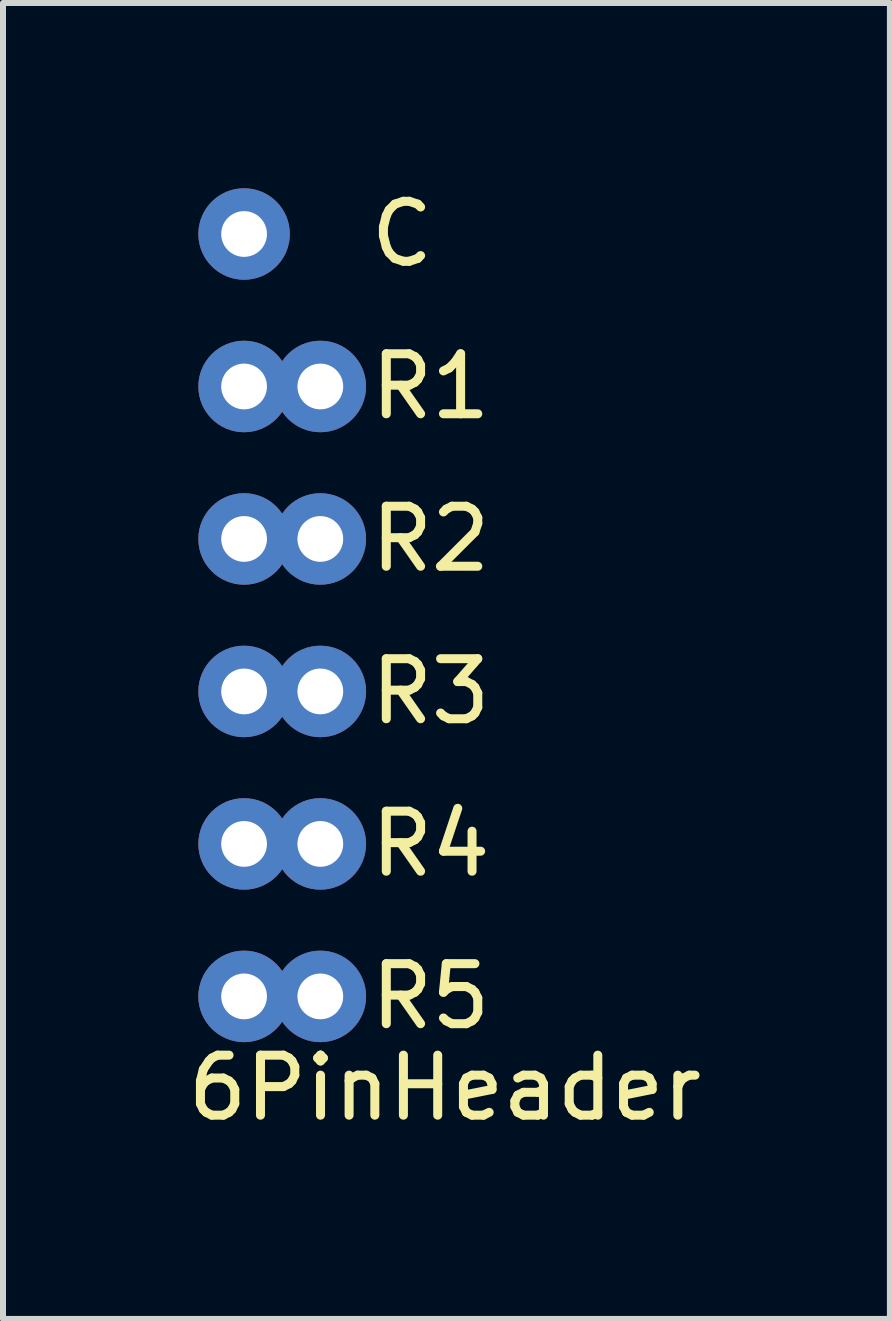
<source format=kicad_pcb>
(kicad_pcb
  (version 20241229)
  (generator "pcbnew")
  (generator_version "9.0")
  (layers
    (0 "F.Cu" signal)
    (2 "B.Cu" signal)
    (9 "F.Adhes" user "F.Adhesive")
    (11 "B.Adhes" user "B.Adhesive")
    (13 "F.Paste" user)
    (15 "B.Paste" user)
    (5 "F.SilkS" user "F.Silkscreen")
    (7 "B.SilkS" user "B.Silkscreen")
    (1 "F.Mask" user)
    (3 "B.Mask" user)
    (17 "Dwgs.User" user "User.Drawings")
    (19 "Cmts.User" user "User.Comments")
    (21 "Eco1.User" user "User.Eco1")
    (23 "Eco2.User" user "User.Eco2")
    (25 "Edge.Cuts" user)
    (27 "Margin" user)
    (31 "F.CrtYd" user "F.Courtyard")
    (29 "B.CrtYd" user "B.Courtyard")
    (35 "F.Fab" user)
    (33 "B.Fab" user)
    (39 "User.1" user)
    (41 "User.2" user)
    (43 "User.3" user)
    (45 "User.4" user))
  (footprint "6PinHeader"
    (layer "F.Cu")
    (at 1.016 0.848)
    (property "Reference" "6PinHeader" (at -1.016 14.224 0) (layer "F.SilkS") (effects (font (size 1 1) (thickness 0.15)) (justify left)))
    (attr through_hole)
    (fp_text user "R3" (at 2.032 7.62 0) (layer "F.SilkS") (effects (font (size 1 1) (thickness 0.15)) (justify left)))
    (fp_text user "R2" (at 2.032 5.08 0) (layer "F.SilkS") (effects (font (size 1 1) (thickness 0.15)) (justify left)))
    (fp_text user "C" (at 2.032 0 0) (layer "F.SilkS") (effects (font (size 1 1) (thickness 0.15)) (justify left)))
    (fp_text user "R4" (at 2.032 10.16 0) (layer "F.SilkS") (effects (font (size 1 1) (thickness 0.15)) (justify left)))
    (fp_text user "R1" (at 2.032 2.54 0) (layer "F.SilkS") (effects (font (size 1 1) (thickness 0.15)) (justify left)))
    (fp_text user "R5" (at 2.032 12.7 0) (layer "F.SilkS") (effects (font (size 1 1) (thickness 0.15)) (justify left)))
    (pad "1" thru_hole circle (at 0 0) (size 1.524 1.524) (drill 0.762) (layers "*.Cu" "*.Mask"))
    (pad "2" thru_hole circle (at 0 2.54) (size 1.524 1.524) (drill 0.762) (layers "*.Cu" "*.Mask"))
    (pad "2" thru_hole circle (at 1.27 2.54) (size 1.524 1.524) (drill 0.762) (layers "*.Cu" "*.Mask"))
    (pad "3" thru_hole circle (at 0 5.08) (size 1.524 1.524) (drill 0.762) (layers "*.Cu" "*.Mask"))
    (pad "3" thru_hole circle (at 1.27 5.08) (size 1.524 1.524) (drill 0.762) (layers "*.Cu" "*.Mask"))
    (pad "4" thru_hole circle (at 0 7.62) (size 1.524 1.524) (drill 0.762) (layers "*.Cu" "*.Mask"))
    (pad "4" thru_hole circle (at 1.27 7.62) (size 1.524 1.524) (drill 0.762) (layers "*.Cu" "*.Mask"))
    (pad "5" thru_hole circle (at 0 10.16) (size 1.524 1.524) (drill 0.762) (layers "*.Cu" "*.Mask"))
    (pad "5" thru_hole circle (at 1.27 10.16) (size 1.524 1.524) (drill 0.762) (layers "*.Cu" "*.Mask"))
    (pad "6" thru_hole circle (at 0 12.7) (size 1.524 1.524) (drill 0.762) (layers "*.Cu" "*.Mask"))
    (pad "6" thru_hole circle (at 1.27 12.7) (size 1.524 1.524) (drill 0.762) (layers "*.Cu" "*.Mask")))
  (gr_rect
    (start -3 -3)
    (end 11.774 18.921)
    (stroke (width 0.1) (type default))
    (fill no)
    (layer "Edge.Cuts")))
</source>
